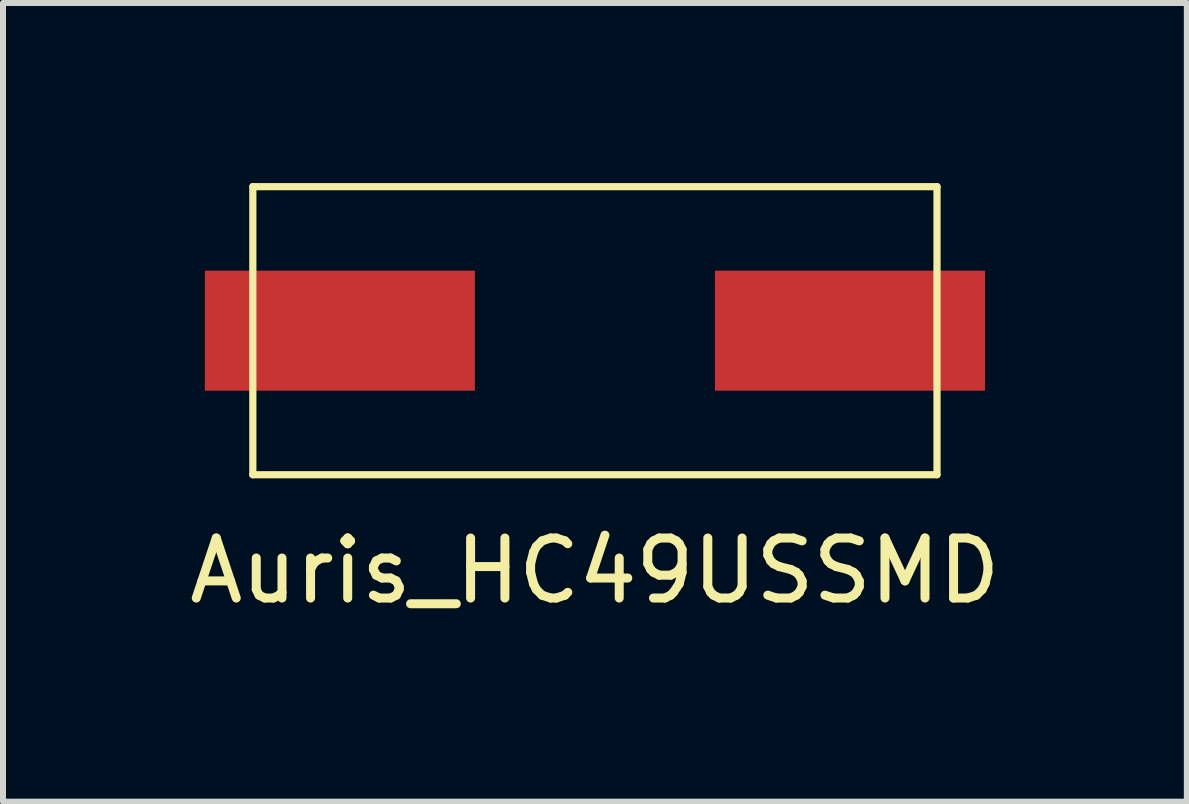
<source format=kicad_pcb>
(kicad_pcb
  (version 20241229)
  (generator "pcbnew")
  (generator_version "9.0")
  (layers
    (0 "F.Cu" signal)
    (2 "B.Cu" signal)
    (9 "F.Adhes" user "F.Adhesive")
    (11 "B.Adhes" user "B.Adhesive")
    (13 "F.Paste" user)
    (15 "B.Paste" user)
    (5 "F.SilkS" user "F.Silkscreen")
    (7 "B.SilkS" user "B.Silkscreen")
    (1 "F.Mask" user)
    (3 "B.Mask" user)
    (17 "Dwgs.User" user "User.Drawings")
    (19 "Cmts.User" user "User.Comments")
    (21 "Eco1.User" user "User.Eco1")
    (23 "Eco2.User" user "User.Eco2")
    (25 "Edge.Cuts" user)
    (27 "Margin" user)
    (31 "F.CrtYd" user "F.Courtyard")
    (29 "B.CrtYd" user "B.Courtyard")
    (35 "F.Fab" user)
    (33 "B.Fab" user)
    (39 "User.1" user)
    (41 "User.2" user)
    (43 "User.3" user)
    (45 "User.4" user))
  (footprint "Auris_HC49USSMD"
    (layer "F.Cu")
    (at 6.863 2.46)
    (property "Reference" "Auris_HC49USSMD" (at 0 4 0) (layer "F.SilkS") (effects (font (size 1 1) (thickness 0.15))))
    (attr through_hole)
    (fp_line (start -5.7 -2.4) (end -5.7 2.4) (stroke (width 0.12) (type solid)) (layer "F.SilkS"))
    (fp_line (start -5.7 -2.4) (end 5.7 -2.4) (stroke (width 0.12) (type solid)) (layer "F.SilkS"))
    (fp_line (start -5.7 2.4) (end 5.7 2.4) (stroke (width 0.12) (type solid)) (layer "F.SilkS"))
    (fp_line (start 5.7 -2.4) (end 5.7 2.4) (stroke (width 0.12) (type solid)) (layer "F.SilkS"))
    (pad "1" smd rect (at -4.25 0) (size 4.5 2) (layers "F.Cu" "F.Mask" "F.Paste"))
    (pad "2" smd rect (at 4.25 0) (size 4.5 2) (layers "F.Cu" "F.Mask" "F.Paste")))
  (gr_rect
    (start -3 -3)
    (end 16.726 10.308)
    (stroke (width 0.1) (type default))
    (fill no)
    (layer "Edge.Cuts")))
</source>
